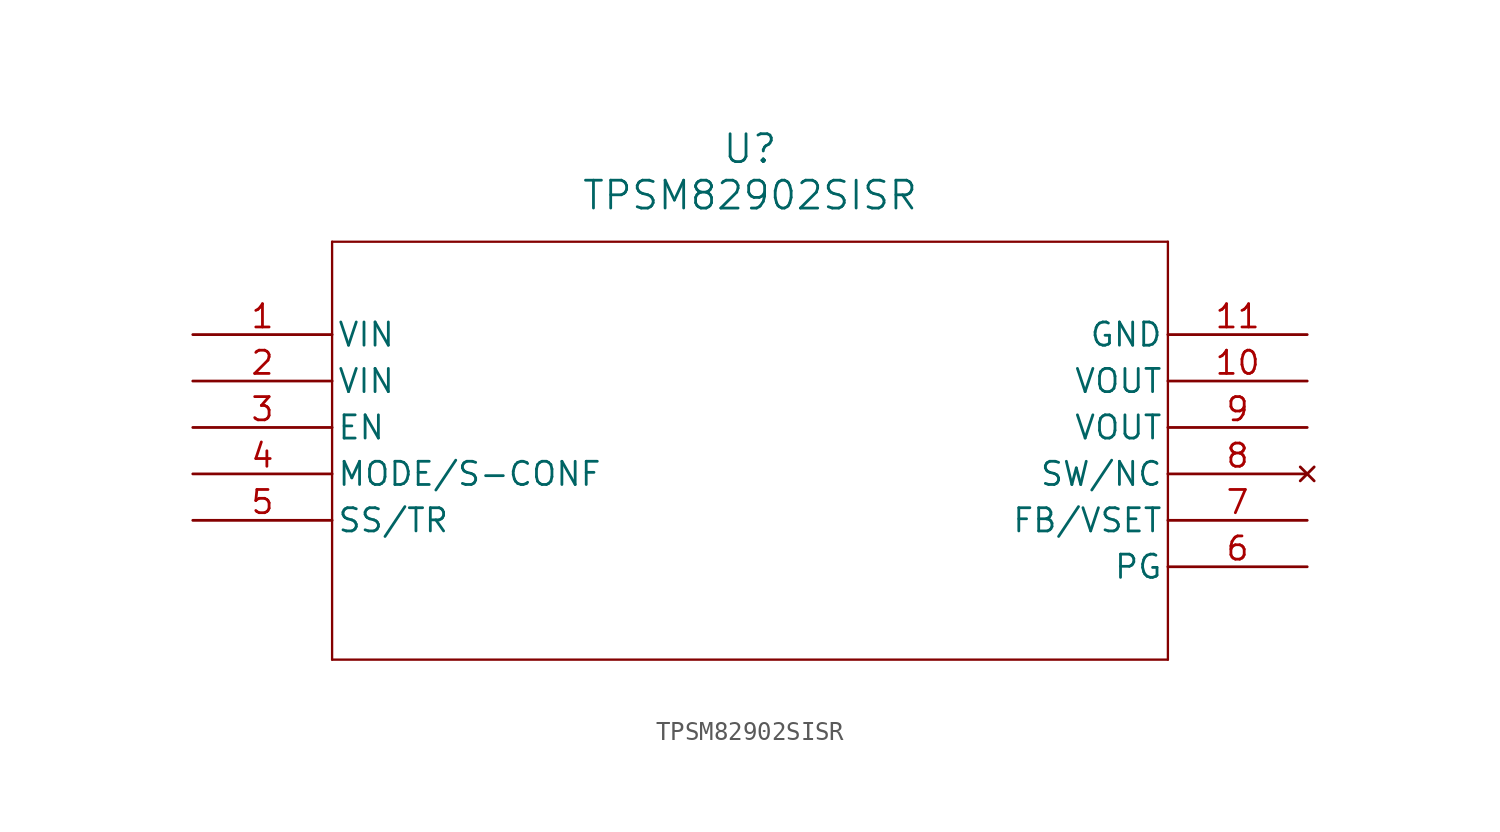
<source format=kicad_sym>
(kicad_symbol_lib
  (version 20211014)
  (generator kicad_symbol_editor)
  (symbol "TPSM82902SISR"
    (pin_names
      (offset 0.254))
    (property "Reference" "U"
      (at 30.48 10.16 0)
      (effects (font (size 1.524 1.524))))
    (property "Value" "TPSM82902SISR"
      (at 30.48 7.62 0)
      (effects (font (size 1.524 1.524))))
    (symbol "TPSM82902SISR_0_1"
      (polyline (pts (xy 7.62 5.08) (xy 7.62 -17.78)) (stroke (width 0.127) (type default) (color 0 0 0 0)) (fill (type none)))
      (polyline (pts (xy 7.62 -17.78) (xy 53.34 -17.78)) (stroke (width 0.127) (type default) (color 0 0 0 0)) (fill (type none)))
      (polyline (pts (xy 53.34 -17.78) (xy 53.34 5.08)) (stroke (width 0.127) (type default) (color 0 0 0 0)) (fill (type none)))
      (polyline (pts (xy 53.34 5.08) (xy 7.62 5.08)) (stroke (width 0.127) (type default) (color 0 0 0 0)) (fill (type none)))
      (pin power_in line (at 0 0 0) (length 7.62) (name "VIN" (effects (font (size 1.27 1.27)))) (number "1" (effects (font (size 1.27 1.27)))))
      (pin power_in line (at 0 -2.54 0) (length 7.62) (name "VIN" (effects (font (size 1.27 1.27)))) (number "2" (effects (font (size 1.27 1.27)))))
      (pin input line (at 0 -5.08 0) (length 7.62) (name "EN" (effects (font (size 1.27 1.27)))) (number "3" (effects (font (size 1.27 1.27)))))
      (pin input line (at 0 -7.62 0) (length 7.62) (name "MODE/S-CONF" (effects (font (size 1.27 1.27)))) (number "4" (effects (font (size 1.27 1.27)))))
      (pin input line (at 0 -10.16 0) (length 7.62) (name "SS/TR" (effects (font (size 1.27 1.27)))) (number "5" (effects (font (size 1.27 1.27)))))
      (pin output line (at 60.96 -12.7 180) (length 7.62) (name "PG" (effects (font (size 1.27 1.27)))) (number "6" (effects (font (size 1.27 1.27)))))
      (pin input line (at 60.96 -10.16 180) (length 7.62) (name "FB/VSET" (effects (font (size 1.27 1.27)))) (number "7" (effects (font (size 1.27 1.27)))))
      (pin no_connect line (at 60.96 -7.62 180) (length 7.62) (name "SW/NC" (effects (font (size 1.27 1.27)))) (number "8" (effects (font (size 1.27 1.27)))))
      (pin output line (at 60.96 -5.08 180) (length 7.62) (name "VOUT" (effects (font (size 1.27 1.27)))) (number "9" (effects (font (size 1.27 1.27)))))
      (pin output line (at 60.96 -2.54 180) (length 7.62) (name "VOUT" (effects (font (size 1.27 1.27)))) (number "10" (effects (font (size 1.27 1.27)))))
      (pin power_out line (at 60.96 0 180) (length 7.62) (name "GND" (effects (font (size 1.27 1.27)))) (number "11" (effects (font (size 1.27 1.27))))))))
</source>
